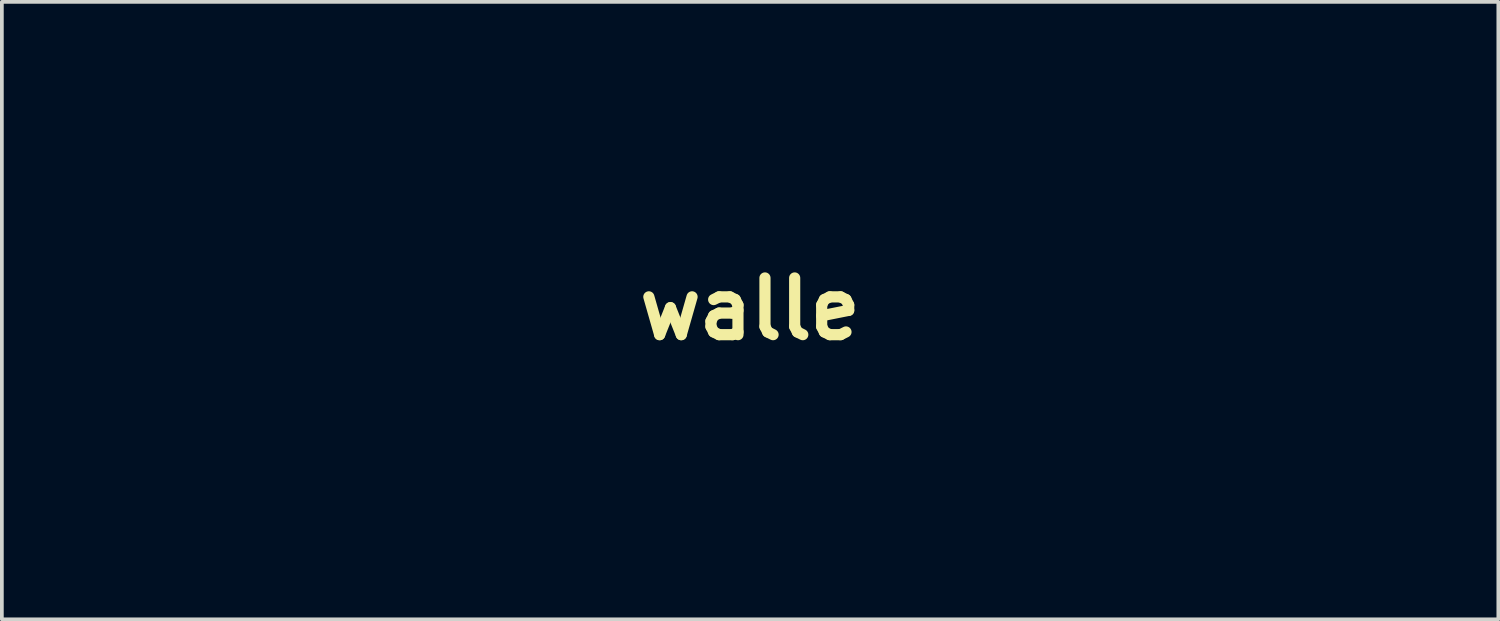
<source format=kicad_pcb>
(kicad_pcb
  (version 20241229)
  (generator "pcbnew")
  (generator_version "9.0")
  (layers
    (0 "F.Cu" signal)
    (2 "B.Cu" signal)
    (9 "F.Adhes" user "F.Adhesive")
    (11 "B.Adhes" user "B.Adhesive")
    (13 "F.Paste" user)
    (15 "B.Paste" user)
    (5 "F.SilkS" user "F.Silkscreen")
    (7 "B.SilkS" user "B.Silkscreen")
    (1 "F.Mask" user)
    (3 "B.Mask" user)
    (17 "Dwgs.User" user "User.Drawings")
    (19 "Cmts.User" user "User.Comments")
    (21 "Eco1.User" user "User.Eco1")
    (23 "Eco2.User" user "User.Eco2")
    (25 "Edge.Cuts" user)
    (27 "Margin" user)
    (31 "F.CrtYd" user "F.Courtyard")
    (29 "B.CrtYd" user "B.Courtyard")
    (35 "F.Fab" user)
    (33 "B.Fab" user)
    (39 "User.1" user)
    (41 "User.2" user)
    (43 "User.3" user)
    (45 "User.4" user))
  (footprint "walle"
    (layer "F.Cu")
    (at 17.108 5.254)
    (property "Reference" "walle" (at 0 0 0) (layer "F.SilkS") (effects (font (size 1.524 1.524) (thickness 0.3))))
    (attr through_hole)
    (fp_poly (pts (xy -0.931 3.048) (xy -1.778 3.048) (xy -1.778 2.371) (xy -0.931 2.371) (xy -0.931 3.048)) (stroke (width 0.01) (type solid)) (fill no) (layer "Eco2.User"))
    (fp_poly (pts (xy 0.677 0.508) (xy -0.677 0.508) (xy -0.677 -0.931) (xy 0.677 -0.931) (xy 0.677 0.508)) (stroke (width 0.01) (type solid)) (fill no) (layer "Eco2.User"))
    (fp_poly (pts (xy 1.778 3.048) (xy 0.931 3.048) (xy 0.931 2.371) (xy 1.778 2.371) (xy 1.778 3.048)) (stroke (width 0.01) (type solid)) (fill no) (layer "Eco2.User"))
    (fp_poly (pts (xy -0.44 -2.806) (xy -0.432 -2.619) (xy -0.439 -2.54) (xy -0.466 -2.27) (xy -0.664 -2.483) (xy -0.863 -2.695) (xy -0.678 -2.794) (xy -0.515 -2.858) (xy -0.44 -2.806)) (stroke (width 0.01) (type solid)) (fill no) (layer "Eco2.User"))
    (fp_poly (pts (xy 0.655 -2.808) (xy 0.708 -2.771) (xy 0.796 -2.688) (xy 0.779 -2.604) (xy 0.645 -2.465) (xy 0.64 -2.46) (xy 0.423 -2.256) (xy 0.423 -2.568) (xy 0.442 -2.794) (xy 0.512 -2.869) (xy 0.655 -2.808)) (stroke (width 0.01) (type solid)) (fill no) (layer "Eco2.User"))
    (fp_poly (pts (xy 0.266 -1.426) (xy 0.396 -1.379) (xy 0.423 -1.312) (xy 0.378 -1.232) (xy 0.221 -1.193) (xy 0 -1.185) (xy -0.266 -1.199) (xy -0.396 -1.246) (xy -0.423 -1.312) (xy -0.378 -1.392) (xy -0.221 -1.431) (xy 0 -1.439) (xy 0.266 -1.426)) (stroke (width 0.01) (type solid)) (fill no) (layer "Eco2.User"))
    (fp_poly (pts (xy -1.344 -3.566) (xy -1.167 -3.382) (xy -1.101 -3.16) (xy -1.172 -2.935) (xy -1.351 -2.782) (xy -1.583 -2.722) (xy -1.813 -2.777) (xy -1.899 -2.842) (xy -2.02 -3.063) (xy -2.01 -3.302) (xy -1.889 -3.508) (xy -1.679 -3.628) (xy -1.573 -3.641) (xy -1.344 -3.566)) (stroke (width 0.01) (type solid)) (fill no) (layer "Eco2.User"))
    (fp_poly (pts (xy -0.475 -3.692) (xy -0.425 -3.557) (xy -0.423 -3.502) (xy -0.482 -3.295) (xy -0.62 -3.121) (xy -0.774 -3.051) (xy -0.821 -3.123) (xy -0.866 -3.301) (xy -0.869 -3.323) (xy -0.889 -3.566) (xy -0.837 -3.686) (xy -0.688 -3.724) (xy -0.63 -3.725) (xy -0.475 -3.692)) (stroke (width 0.01) (type solid)) (fill no) (layer "Eco2.User"))
    (fp_poly (pts (xy 0.808 -3.703) (xy 0.883 -3.608) (xy 0.88 -3.401) (xy 0.869 -3.323) (xy 0.823 -3.118) (xy 0.748 -3.063) (xy 0.607 -3.139) (xy 0.572 -3.166) (xy 0.458 -3.333) (xy 0.423 -3.502) (xy 0.454 -3.669) (xy 0.579 -3.724) (xy 0.63 -3.725) (xy 0.808 -3.703)) (stroke (width 0.01) (type solid)) (fill no) (layer "Eco2.User"))
    (fp_poly (pts (xy 1.792 -3.567) (xy 1.962 -3.386) (xy 2.032 -3.162) (xy 2.032 -3.16) (xy 1.961 -2.931) (xy 1.785 -2.78) (xy 1.557 -2.726) (xy 1.33 -2.789) (xy 1.241 -2.864) (xy 1.124 -3.097) (xy 1.144 -3.336) (xy 1.279 -3.532) (xy 1.507 -3.635) (xy 1.581 -3.641) (xy 1.792 -3.567)) (stroke (width 0.01) (type solid)) (fill no) (layer "Eco2.User"))
    (fp_poly (pts (xy 0.069 -2.886) (xy 0.109 -2.76) (xy 0.125 -2.511) (xy 0.127 -2.335) (xy 0.112 -1.966) (xy 0.065 -1.761) (xy 0.021 -1.715) (xy -0.097 -1.748) (xy -0.132 -1.802) (xy -0.153 -1.949) (xy -0.159 -2.202) (xy -0.153 -2.422) (xy -0.126 -2.719) (xy -0.077 -2.876) (xy 0 -2.921) (xy 0.069 -2.886)) (stroke (width 0.01) (type solid)) (fill no) (layer "Eco2.User"))
    (fp_poly (pts (xy -2.217 -0.661) (xy -2.001 -0.596) (xy -1.793 -0.517) (xy -1.647 -0.442) (xy -1.611 -0.402) (xy -1.612 -0.21) (xy -1.657 -0.113) (xy -1.778 -0.101) (xy -2.007 -0.165) (xy -2.186 -0.227) (xy -2.423 -0.333) (xy -2.509 -0.434) (xy -2.503 -0.482) (xy -2.46 -0.637) (xy -2.455 -0.679) (xy -2.387 -0.695) (xy -2.217 -0.661)) (stroke (width 0.01) (type solid)) (fill no) (layer "Eco2.User"))
    (fp_poly (pts (xy 2.455 -0.679) (xy 2.483 -0.54) (xy 2.502 -0.486) (xy 2.468 -0.378) (xy 2.279 -0.265) (xy 2.181 -0.225) (xy 1.879 -0.121) (xy 1.701 -0.093) (xy 1.621 -0.141) (xy 1.609 -0.212) (xy 1.605 -0.365) (xy 1.602 -0.399) (xy 1.672 -0.458) (xy 1.857 -0.543) (xy 2.026 -0.606) (xy 2.263 -0.674) (xy 2.419 -0.696) (xy 2.455 -0.679)) (stroke (width 0.01) (type solid)) (fill no) (layer "Eco2.User"))
    (fp_poly (pts (xy -2.351 -0.008) (xy -2.198 0.05) (xy -1.947 0.148) (xy -1.819 0.213) (xy -1.782 0.276) (xy -1.803 0.369) (xy -1.818 0.417) (xy -1.861 0.53) (xy -1.926 0.574) (xy -2.055 0.552) (xy -2.296 0.469) (xy -2.326 0.458) (xy -2.599 0.346) (xy -2.729 0.25) (xy -2.74 0.147) (xy -2.685 0.053) (xy -2.608 -0.034) (xy -2.514 -0.054) (xy -2.351 -0.008)) (stroke (width 0.01) (type solid)) (fill no) (layer "Eco2.User"))
    (fp_poly (pts (xy 2.411 -3.525) (xy 2.561 -3.403) (xy 2.686 -3.199) (xy 2.69 -2.95) (xy 2.592 -2.701) (xy 2.415 -2.496) (xy 2.179 -2.381) (xy 2.078 -2.371) (xy 1.917 -2.384) (xy 1.863 -2.409) (xy 1.917 -2.488) (xy 2.05 -2.634) (xy 2.085 -2.67) (xy 2.226 -2.841) (xy 2.277 -3.019) (xy 2.265 -3.265) (xy 2.25 -3.498) (xy 2.291 -3.581) (xy 2.411 -3.525)) (stroke (width 0.01) (type solid)) (fill no) (layer "Eco2.User"))
    (fp_poly (pts (xy -2.247 -3.542) (xy -2.253 -3.376) (xy -2.265 -3.263) (xy -2.276 -3.005) (xy -2.219 -2.83) (xy -2.085 -2.67) (xy -1.94 -2.516) (xy -1.865 -2.418) (xy -1.863 -2.409) (xy -1.931 -2.371) (xy -2.096 -2.387) (xy -2.297 -2.447) (xy -2.369 -2.48) (xy -2.583 -2.67) (xy -2.681 -2.929) (xy -2.66 -3.205) (xy -2.522 -3.445) (xy -2.386 -3.548) (xy -2.287 -3.588) (xy -2.247 -3.542)) (stroke (width 0.01) (type solid)) (fill no) (layer "Eco2.User"))
    (fp_poly (pts (xy 2.687 -0.019) (xy 2.735 0.109) (xy 2.742 0.134) (xy 2.753 0.254) (xy 2.668 0.336) (xy 2.453 0.414) (xy 2.448 0.416) (xy 2.204 0.491) (xy 2.022 0.55) (xy 1.989 0.562) (xy 1.88 0.528) (xy 1.82 0.423) (xy 1.786 0.311) (xy 1.794 0.241) (xy 1.878 0.183) (xy 2.07 0.107) (xy 2.228 0.048) (xy 2.479 -0.042) (xy 2.617 -0.066) (xy 2.687 -0.019)) (stroke (width 0.01) (type solid)) (fill no) (layer "Eco2.User"))
    (fp_poly (pts (xy -0.913 -0.106) (xy -0.889 0.72) (xy 0.889 0.72) (xy 0.913 -0.106) (xy 0.937 -0.931) (xy 1.358 -0.931) (xy 1.624 -0.913) (xy 1.759 -0.865) (xy 1.751 -0.801) (xy 1.587 -0.733) (xy 1.563 -0.726) (xy 1.383 -0.643) (xy 1.301 -0.551) (xy 1.305 -0.418) (xy 1.355 -0.178) (xy 1.436 0.117) (xy 1.532 0.415) (xy 1.628 0.667) (xy 1.709 0.818) (xy 1.744 0.948) (xy 1.763 1.193) (xy 1.761 1.495) (xy 1.736 2.074) (xy -0.021 2.097) (xy -1.778 2.12) (xy -1.778 1.5) (xy -1.769 1.187) (xy -1.744 0.938) (xy -1.708 0.805) (xy -1.704 0.8) (xy -1.64 0.678) (xy -1.548 0.447) (xy -1.447 0.16) (xy -1.355 -0.129) (xy -1.29 -0.366) (xy -1.27 -0.487) (xy -1.342 -0.591) (xy -1.515 -0.687) (xy -1.524 -0.69) (xy -1.725 -0.783) (xy -1.762 -0.86) (xy -1.64 -0.912) (xy -1.365 -0.931) (xy -1.358 -0.931) (xy -0.937 -0.931) (xy -0.913 -0.106)) (stroke (width 0.01) (type solid)) (fill no) (layer "Eco2.User"))
    (fp_poly (pts (xy 3.081 1.378) (xy 3.378 1.414) (xy 3.615 1.472) (xy 3.766 1.546) (xy 3.804 1.629) (xy 3.705 1.714) (xy 3.662 1.733) (xy 3.56 1.786) (xy 3.598 1.85) (xy 3.662 1.899) (xy 3.78 2.03) (xy 3.805 2.15) (xy 3.725 2.201) (xy 3.65 2.26) (xy 3.655 2.378) (xy 3.734 2.472) (xy 3.747 2.477) (xy 3.803 2.538) (xy 3.762 2.679) (xy 3.725 2.752) (xy 3.65 2.929) (xy 3.674 3.012) (xy 3.704 3.027) (xy 3.802 3.122) (xy 3.776 3.253) (xy 3.662 3.341) (xy 3.56 3.394) (xy 3.598 3.459) (xy 3.662 3.508) (xy 3.793 3.627) (xy 3.805 3.713) (xy 3.684 3.768) (xy 3.42 3.799) (xy 3 3.81) (xy 2.921 3.81) (xy 2.032 3.81) (xy 2.032 3.424) (xy 2.32 3.424) (xy 2.331 3.475) (xy 2.438 3.527) (xy 2.627 3.541) (xy 2.828 3.521) (xy 2.973 3.473) (xy 3.006 3.429) (xy 2.933 3.361) (xy 2.759 3.318) (xy 2.553 3.309) (xy 2.4 3.337) (xy 2.32 3.424) (xy 2.032 3.424) (xy 2.032 2.86) (xy 2.303 2.86) (xy 2.306 2.949) (xy 2.342 2.992) (xy 2.454 3.025) (xy 2.673 3.045) (xy 2.808 3.048) (xy 3.069 3.034) (xy 3.194 2.984) (xy 3.217 2.921) (xy 3.176 2.844) (xy 3.029 2.805) (xy 2.752 2.794) (xy 2.448 2.81) (xy 2.303 2.86) (xy 2.032 2.86) (xy 2.032 2.371) (xy 2.32 2.371) (xy 2.345 2.401) (xy 2.455 2.433) (xy 2.673 2.452) (xy 2.808 2.455) (xy 3.069 2.441) (xy 3.194 2.391) (xy 3.217 2.328) (xy 3.172 2.248) (xy 3.013 2.209) (xy 2.799 2.201) (xy 2.5 2.222) (xy 2.335 2.281) (xy 2.32 2.371) (xy 2.032 2.371) (xy 2.032 1.815) (xy 2.32 1.815) (xy 2.331 1.867) (xy 2.438 1.918) (xy 2.627 1.932) (xy 2.828 1.912) (xy 2.973 1.865) (xy 3.006 1.82) (xy 2.933 1.753) (xy 2.759 1.709) (xy 2.553 1.7) (xy 2.4 1.729) (xy 2.32 1.815) (xy 2.032 1.815) (xy 2.032 1.459) (xy 2.409 1.402) (xy 2.75 1.372) (xy 3.081 1.378)) (stroke (width 0.01) (type solid)) (fill no) (layer "Eco2.User"))
    (fp_poly (pts (xy -2.032 3.81) (xy -2.921 3.81) (xy -3.327 3.806) (xy -3.591 3.792) (xy -3.741 3.763) (xy -3.803 3.716) (xy -3.81 3.683) (xy -3.764 3.57) (xy -3.725 3.556) (xy -3.65 3.487) (xy -3.641 3.429) (xy -3.643 3.424) (xy -3.014 3.424) (xy -3.003 3.475) (xy -2.896 3.527) (xy -2.707 3.541) (xy -2.506 3.521) (xy -2.361 3.473) (xy -2.328 3.429) (xy -2.401 3.361) (xy -2.575 3.318) (xy -2.781 3.309) (xy -2.934 3.337) (xy -3.014 3.424) (xy -3.643 3.424) (xy -3.686 3.316) (xy -3.725 3.302) (xy -3.801 3.243) (xy -3.796 3.124) (xy -3.716 3.029) (xy -3.704 3.024) (xy -3.643 2.963) (xy -3.656 2.925) (xy -3.217 2.925) (xy -3.183 3.003) (xy -3.057 3.036) (xy -2.803 3.033) (xy -2.779 3.031) (xy -2.509 2.996) (xy -2.34 2.936) (xy -2.307 2.9) (xy -2.34 2.835) (xy -2.506 2.802) (xy -2.745 2.794) (xy -3.025 2.804) (xy -3.172 2.842) (xy -3.217 2.916) (xy -3.217 2.925) (xy -3.656 2.925) (xy -3.69 2.832) (xy -3.71 2.797) (xy -3.776 2.634) (xy -3.72 2.499) (xy -3.677 2.449) (xy -3.582 2.327) (xy -3.583 2.324) (xy -3.217 2.324) (xy -3.18 2.402) (xy -3.045 2.443) (xy -2.778 2.455) (xy -2.745 2.455) (xy -2.459 2.443) (xy -2.323 2.403) (xy -2.307 2.349) (xy -2.408 2.281) (xy -2.633 2.232) (xy -2.779 2.218) (xy -3.044 2.213) (xy -3.178 2.243) (xy -3.217 2.317) (xy -3.217 2.324) (xy -3.583 2.324) (xy -3.606 2.266) (xy -3.671 2.236) (xy -3.778 2.145) (xy -3.809 2.026) (xy -3.752 1.951) (xy -3.725 1.947) (xy -3.65 1.879) (xy -3.641 1.82) (xy -3.66 1.775) (xy -3.047 1.775) (xy -2.994 1.888) (xy -2.988 1.895) (xy -2.868 1.933) (xy -2.676 1.933) (xy -2.479 1.903) (xy -2.348 1.852) (xy -2.328 1.82) (xy -2.404 1.763) (xy -2.594 1.719) (xy -2.688 1.71) (xy -2.944 1.715) (xy -3.047 1.775) (xy -3.66 1.775) (xy -3.69 1.708) (xy -3.732 1.693) (xy -3.795 1.626) (xy -3.794 1.547) (xy -3.761 1.48) (xy -3.674 1.436) (xy -3.501 1.412) (xy -3.213 1.401) (xy -2.899 1.398) (xy -2.032 1.397) (xy -2.032 3.81)) (stroke (width 0.01) (type solid)) (fill no) (layer "Eco2.User"))
    (fp_poly (pts (xy 17.103 5.334) (xy -17.103 5.334) (xy -17.103 2.624) (xy -4.047 2.624) (xy -4.045 3.148) (xy -4.036 3.528) (xy -4.018 3.785) (xy -3.99 3.944) (xy -3.949 4.028) (xy -3.921 4.051) (xy -3.781 4.081) (xy -3.519 4.101) (xy -3.179 4.11) (xy -2.806 4.11) (xy -2.444 4.1) (xy -2.139 4.081) (xy -1.935 4.054) (xy -1.884 4.036) (xy -1.816 3.915) (xy -1.78 3.698) (xy -1.778 3.636) (xy -1.778 3.302) (xy -1.329 3.302) (xy -1.056 3.284) (xy -0.847 3.237) (xy -0.779 3.2) (xy -0.716 3.057) (xy -0.68 2.821) (xy -0.677 2.735) (xy -0.677 2.371) (xy 0.677 2.371) (xy 0.677 2.735) (xy 0.7 2.984) (xy 0.756 3.167) (xy 0.779 3.2) (xy 0.917 3.258) (xy 1.159 3.295) (xy 1.324 3.302) (xy 1.768 3.302) (xy 1.794 3.662) (xy 1.82 4.021) (xy 2.305 4.089) (xy 2.651 4.114) (xy 3.066 4.112) (xy 3.405 4.089) (xy 4.022 4.022) (xy 4.038 2.667) (xy 4.043 2.149) (xy 4.039 1.774) (xy 4.026 1.518) (xy 4.001 1.353) (xy 3.962 1.256) (xy 3.916 1.206) (xy 3.746 1.149) (xy 3.416 1.114) (xy 2.938 1.101) (xy 2.899 1.101) (xy 2.503 1.098) (xy 2.248 1.086) (xy 2.107 1.061) (xy 2.049 1.017) (xy 2.047 0.96) (xy 2.142 0.847) (xy 2.355 0.729) (xy 2.473 0.685) (xy 2.773 0.574) (xy 2.943 0.464) (xy 3.002 0.313) (xy 2.967 0.081) (xy 2.873 -0.224) (xy 2.744 -0.595) (xy 2.64 -0.829) (xy 2.54 -0.952) (xy 2.424 -0.991) (xy 2.286 -0.974) (xy 2.049 -0.982) (xy 1.95 -1.055) (xy 1.823 -1.133) (xy 1.585 -1.175) (xy 1.26 -1.185) (xy 0.953 -1.189) (xy 0.779 -1.207) (xy 0.7 -1.255) (xy 0.678 -1.346) (xy 0.677 -1.4) (xy 0.632 -1.58) (xy 0.55 -1.663) (xy 0.436 -1.759) (xy 0.469 -1.91) (xy 0.651 -2.123) (xy 0.777 -2.237) (xy 1.13 -2.539) (xy 1.49 -2.328) (xy 1.795 -2.174) (xy 2.047 -2.125) (xy 2.32 -2.17) (xy 2.445 -2.211) (xy 2.719 -2.384) (xy 2.89 -2.649) (xy 2.958 -2.963) (xy 2.922 -3.282) (xy 2.782 -3.565) (xy 2.536 -3.767) (xy 2.472 -3.795) (xy 2.294 -3.836) (xy 1.993 -3.878) (xy 1.617 -3.916) (xy 1.328 -3.937) (xy 0.864 -3.958) (xy 0.542 -3.95) (xy 0.337 -3.902) (xy 0.224 -3.807) (xy 0.177 -3.654) (xy 0.169 -3.503) (xy 0.149 -3.303) (xy 0.07 -3.225) (xy 0 -3.217) (xy -0.118 -3.252) (xy -0.165 -3.386) (xy -0.169 -3.503) (xy -0.183 -3.698) (xy -0.242 -3.83) (xy -0.37 -3.91) (xy -0.594 -3.946) (xy -0.938 -3.948) (xy -1.366 -3.927) (xy -1.94 -3.879) (xy -2.364 -3.804) (xy -2.659 -3.691) (xy -2.845 -3.529) (xy -2.939 -3.308) (xy -2.963 -3.049) (xy -2.891 -2.662) (xy -2.69 -2.361) (xy -2.385 -2.171) (xy -2.064 -2.117) (xy -1.864 -2.159) (xy -1.605 -2.266) (xy -1.49 -2.328) (xy -1.13 -2.539) (xy -0.777 -2.237) (xy -0.529 -1.995) (xy -0.432 -1.818) (xy -0.483 -1.698) (xy -0.55 -1.663) (xy -0.647 -1.55) (xy -0.677 -1.4) (xy -0.686 -1.287) (xy -0.736 -1.223) (xy -0.865 -1.194) (xy -1.111 -1.186) (xy -1.264 -1.185) (xy -1.644 -1.169) (xy -1.883 -1.116) (xy -1.98 -1.056) (xy -2.18 -0.966) (xy -2.31 -0.977) (xy -2.447 -0.992) (xy -2.557 -0.941) (xy -2.659 -0.799) (xy -2.775 -0.54) (xy -2.879 -0.265) (xy -2.991 0.083) (xy -3.01 0.318) (xy -2.921 0.478) (xy -2.708 0.6) (xy -2.492 0.679) (xy -2.23 0.792) (xy -2.072 0.911) (xy -2.047 0.96) (xy -2.053 1.024) (xy -2.119 1.065) (xy -2.274 1.089) (xy -2.547 1.099) (xy -2.878 1.101) (xy -3.258 1.109) (xy -3.585 1.13) (xy -3.817 1.161) (xy -3.892 1.184) (xy -3.951 1.229) (xy -3.992 1.309) (xy -4.02 1.45) (xy -4.037 1.677) (xy -4.045 2.016) (xy -4.047 2.492) (xy -4.047 2.624) (xy -17.103 2.624) (xy -17.103 -5.249) (xy 17.103 -5.249) (xy 17.103 5.334)) (stroke (width 0.01) (type solid)) (fill no) (layer "Eco2.User")))
  (gr_rect
    (start -3 -3)
    (end 37.215 13.593)
    (stroke (width 0.1) (type default))
    (fill no)
    (layer "Edge.Cuts")))
</source>
